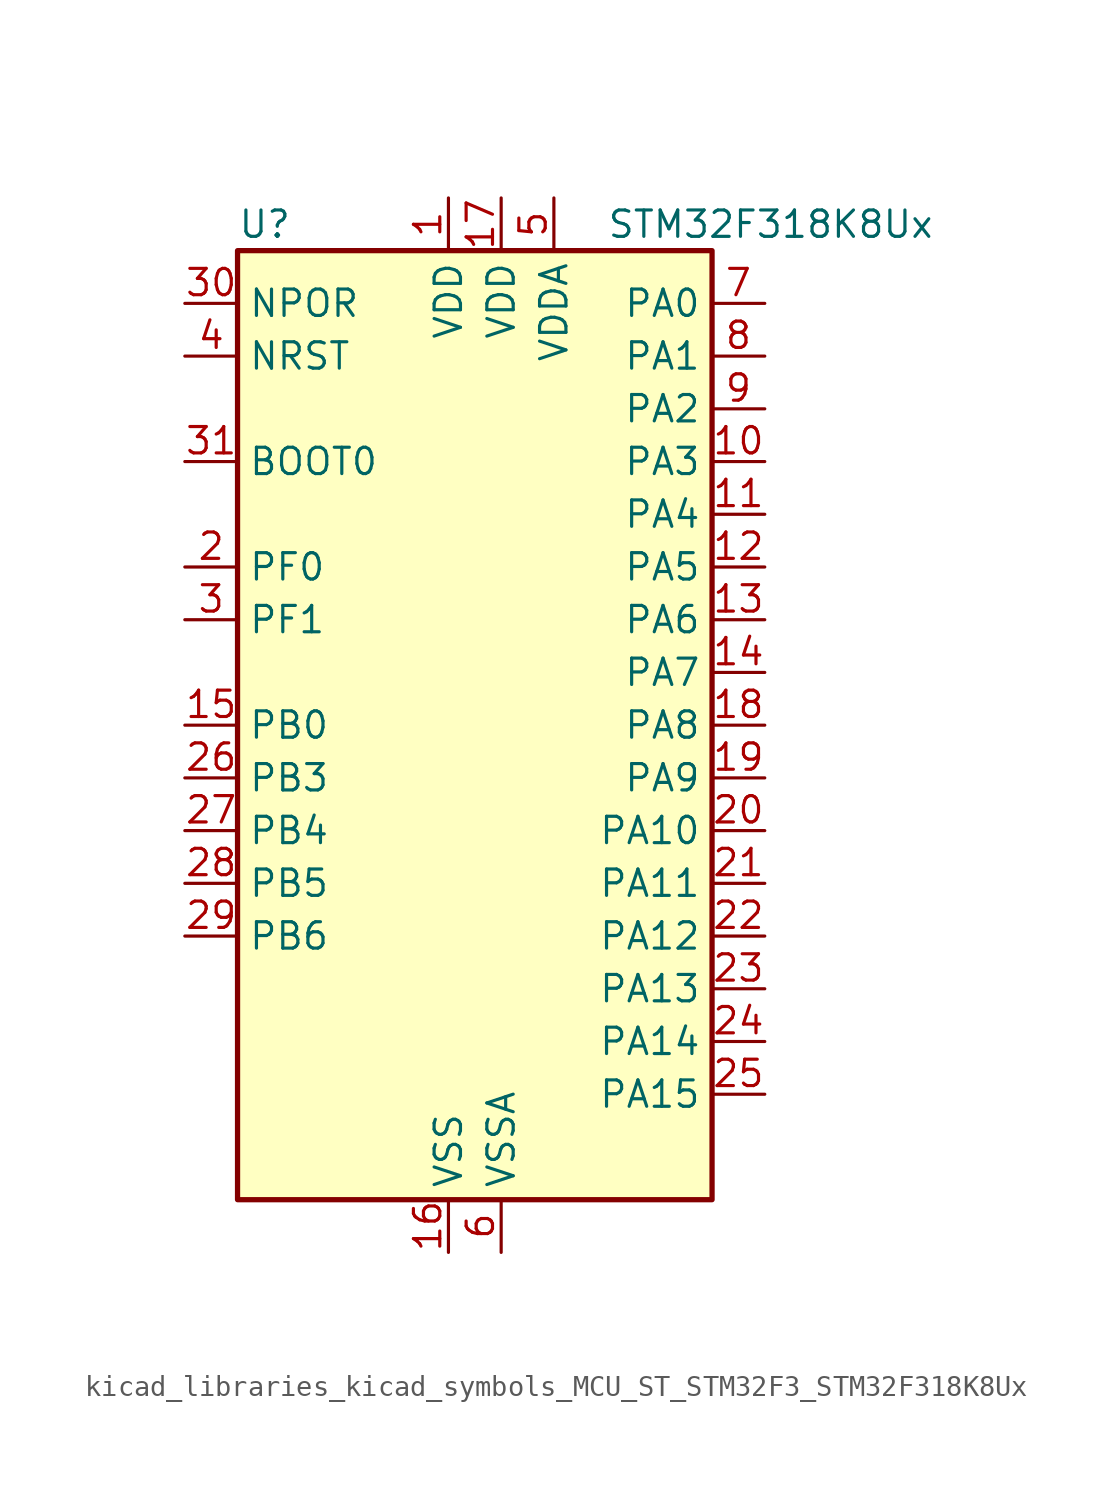
<source format=kicad_sym>
(kicad_symbol_lib
  (version 20220914)
  (generator kicad_symbol_editor)
  (symbol "kicad_libraries_kicad_symbols_MCU_ST_STM32F3_STM32F318K8Ux"
    (property "Reference" "U"
      (at -10.16 24.13 0)
      (effects (font (size 1.27 1.27)) (justify left)))
    (property "Value" "STM32F318K8Ux"
      (at 7.62 24.13 0)
      (effects (font (size 1.27 1.27)) (justify left)))
    (property "ki_locked" ""
      (at 0 0 0)
      (effects (font (size 1.27 1.27))))
    (symbol "kicad_libraries_kicad_symbols_MCU_ST_STM32F3_STM32F318K8Ux_0_1"
      (rectangle (start -10.16 -22.86) (end 12.7 22.86) (stroke (width 0.254) (type default)) (fill (type background))))
    (symbol "kicad_libraries_kicad_symbols_MCU_ST_STM32F3_STM32F318K8Ux_1_1"
      (pin power_in line (at 0 25.4 270) (length 2.54) (name "VDD" (effects (font (size 1.27 1.27)))) (number "1" (effects (font (size 1.27 1.27)))))
      (pin bidirectional line (at 15.24 12.7 180) (length 2.54) (name "PA3" (effects (font (size 1.27 1.27)))) (number "10" (effects (font (size 1.27 1.27)))) (alternate "ADC1_IN4" bidirectional line) (alternate "TIM15_CH2" bidirectional line) (alternate "TIM2_CH4" bidirectional line) (alternate "TSC_G1_IO4" bidirectional line) (alternate "USART2_RX" bidirectional line))
      (pin bidirectional line (at 15.24 10.16 180) (length 2.54) (name "PA4" (effects (font (size 1.27 1.27)))) (number "11" (effects (font (size 1.27 1.27)))) (alternate "ADC1_IN5" bidirectional line) (alternate "COMP2_INM" bidirectional line) (alternate "COMP4_INM" bidirectional line) (alternate "DAC_OUT1" bidirectional line) (alternate "I2S3_WS" bidirectional line) (alternate "SPI3_NSS" bidirectional line) (alternate "TSC_G2_IO1" bidirectional line) (alternate "USART2_CK" bidirectional line))
      (pin bidirectional line (at 15.24 7.62 180) (length 2.54) (name "PA5" (effects (font (size 1.27 1.27)))) (number "12" (effects (font (size 1.27 1.27)))) (alternate "OPAMP2_VINM" bidirectional line) (alternate "OPAMP2_VINM_SEC" bidirectional line) (alternate "TIM2_CH1" bidirectional line) (alternate "TIM2_ETR" bidirectional line) (alternate "TSC_G2_IO2" bidirectional line))
      (pin bidirectional line (at 15.24 5.08 180) (length 2.54) (name "PA6" (effects (font (size 1.27 1.27)))) (number "13" (effects (font (size 1.27 1.27)))) (alternate "ADC1_IN10" bidirectional line) (alternate "OPAMP2_VOUT" bidirectional line) (alternate "TIM16_CH1" bidirectional line) (alternate "TIM1_BKIN" bidirectional line) (alternate "TSC_G2_IO3" bidirectional line))
      (pin bidirectional line (at 15.24 2.54 180) (length 2.54) (name "PA7" (effects (font (size 1.27 1.27)))) (number "14" (effects (font (size 1.27 1.27)))) (alternate "ADC1_IN15" bidirectional line) (alternate "COMP2_INP" bidirectional line) (alternate "OPAMP2_VINP" bidirectional line) (alternate "OPAMP2_VINP_SEC" bidirectional line) (alternate "TIM17_CH1" bidirectional line) (alternate "TIM1_CH1N" bidirectional line) (alternate "TSC_G2_IO4" bidirectional line))
      (pin bidirectional line (at -12.7 0 0) (length 2.54) (name "PB0" (effects (font (size 1.27 1.27)))) (number "15" (effects (font (size 1.27 1.27)))) (alternate "ADC1_IN11" bidirectional line) (alternate "COMP4_INP" bidirectional line) (alternate "OPAMP2_VINP" bidirectional line) (alternate "OPAMP2_VINP_SEC" bidirectional line) (alternate "TIM1_CH2N" bidirectional line) (alternate "TSC_G3_IO2" bidirectional line))
      (pin power_in line (at 0 -25.4 90) (length 2.54) (name "VSS" (effects (font (size 1.27 1.27)))) (number "16" (effects (font (size 1.27 1.27)))))
      (pin power_in line (at 2.54 25.4 270) (length 2.54) (name "VDD" (effects (font (size 1.27 1.27)))) (number "17" (effects (font (size 1.27 1.27)))))
      (pin bidirectional line (at 15.24 0 180) (length 2.54) (name "PA8" (effects (font (size 1.27 1.27)))) (number "18" (effects (font (size 1.27 1.27)))) (alternate "I2C2_SMBA" bidirectional line) (alternate "I2C3_SCL" bidirectional line) (alternate "I2S2_MCK" bidirectional line) (alternate "RCC_MCO" bidirectional line) (alternate "TIM1_CH1" bidirectional line) (alternate "USART1_CK" bidirectional line))
      (pin bidirectional line (at 15.24 -2.54 180) (length 2.54) (name "PA9" (effects (font (size 1.27 1.27)))) (number "19" (effects (font (size 1.27 1.27)))) (alternate "DAC_EXTI9" bidirectional line) (alternate "I2C2_SCL" bidirectional line) (alternate "I2C3_SMBA" bidirectional line) (alternate "I2S3_MCK" bidirectional line) (alternate "TIM15_BKIN" bidirectional line) (alternate "TIM1_CH2" bidirectional line) (alternate "TIM2_CH3" bidirectional line) (alternate "TSC_G4_IO1" bidirectional line) (alternate "USART1_TX" bidirectional line))
      (pin bidirectional line (at -12.7 7.62 0) (length 2.54) (name "PF0" (effects (font (size 1.27 1.27)))) (number "2" (effects (font (size 1.27 1.27)))) (alternate "I2C2_SDA" bidirectional line) (alternate "I2S2_WS" bidirectional line) (alternate "RCC_OSC_IN" bidirectional line) (alternate "SPI2_NSS" bidirectional line) (alternate "TIM1_CH3N" bidirectional line))
      (pin bidirectional line (at 15.24 -5.08 180) (length 2.54) (name "PA10" (effects (font (size 1.27 1.27)))) (number "20" (effects (font (size 1.27 1.27)))) (alternate "I2C2_SDA" bidirectional line) (alternate "I2S2_ext_SD" bidirectional line) (alternate "SPI2_MISO" bidirectional line) (alternate "TIM17_BKIN" bidirectional line) (alternate "TIM1_CH3" bidirectional line) (alternate "TIM2_CH4" bidirectional line) (alternate "TSC_G4_IO2" bidirectional line) (alternate "USART1_RX" bidirectional line))
      (pin bidirectional line (at 15.24 -7.62 180) (length 2.54) (name "PA11" (effects (font (size 1.27 1.27)))) (number "21" (effects (font (size 1.27 1.27)))) (alternate "ADC1_EXTI11" bidirectional line) (alternate "I2S2_SD" bidirectional line) (alternate "SPI2_MOSI" bidirectional line) (alternate "TIM1_BKIN2" bidirectional line) (alternate "TIM1_CH1N" bidirectional line) (alternate "TIM1_CH4" bidirectional line) (alternate "USART1_CTS" bidirectional line))
      (pin bidirectional line (at 15.24 -10.16 180) (length 2.54) (name "PA12" (effects (font (size 1.27 1.27)))) (number "22" (effects (font (size 1.27 1.27)))) (alternate "COMP2_OUT" bidirectional line) (alternate "I2S_CKIN" bidirectional line) (alternate "TIM16_CH1" bidirectional line) (alternate "TIM1_CH2N" bidirectional line) (alternate "TIM1_ETR" bidirectional line) (alternate "USART1_DE" bidirectional line) (alternate "USART1_RTS" bidirectional line))
      (pin bidirectional line (at 15.24 -12.7 180) (length 2.54) (name "PA13" (effects (font (size 1.27 1.27)))) (number "23" (effects (font (size 1.27 1.27)))) (alternate "IR_OUT" bidirectional line) (alternate "SYS_JTMS-SWDIO" bidirectional line) (alternate "TIM16_CH1N" bidirectional line) (alternate "TSC_G4_IO3" bidirectional line))
      (pin bidirectional line (at 15.24 -15.24 180) (length 2.54) (name "PA14" (effects (font (size 1.27 1.27)))) (number "24" (effects (font (size 1.27 1.27)))) (alternate "I2C1_SDA" bidirectional line) (alternate "SYS_JTCK-SWCLK" bidirectional line) (alternate "TIM1_BKIN" bidirectional line) (alternate "TSC_G4_IO4" bidirectional line) (alternate "USART2_TX" bidirectional line))
      (pin bidirectional line (at 15.24 -17.78 180) (length 2.54) (name "PA15" (effects (font (size 1.27 1.27)))) (number "25" (effects (font (size 1.27 1.27)))) (alternate "ADC1_EXTI15" bidirectional line) (alternate "I2C1_SCL" bidirectional line) (alternate "I2S3_WS" bidirectional line) (alternate "SPI3_NSS" bidirectional line) (alternate "SYS_JTDI" bidirectional line) (alternate "TIM1_BKIN" bidirectional line) (alternate "TIM2_CH1" bidirectional line) (alternate "TIM2_ETR" bidirectional line) (alternate "TSC_SYNC" bidirectional line) (alternate "USART2_RX" bidirectional line))
      (pin bidirectional line (at -12.7 -2.54 0) (length 2.54) (name "PB3" (effects (font (size 1.27 1.27)))) (number "26" (effects (font (size 1.27 1.27)))) (alternate "I2S3_CK" bidirectional line) (alternate "SPI3_SCK" bidirectional line) (alternate "SYS_JTDO-TRACESWO" bidirectional line) (alternate "TIM2_CH2" bidirectional line) (alternate "TSC_G5_IO1" bidirectional line) (alternate "USART2_TX" bidirectional line))
      (pin bidirectional line (at -12.7 -5.08 0) (length 2.54) (name "PB4" (effects (font (size 1.27 1.27)))) (number "27" (effects (font (size 1.27 1.27)))) (alternate "I2S3_ext_SD" bidirectional line) (alternate "SPI3_MISO" bidirectional line) (alternate "SYS_NJTRST" bidirectional line) (alternate "TIM16_CH1" bidirectional line) (alternate "TIM17_BKIN" bidirectional line) (alternate "TSC_G5_IO2" bidirectional line) (alternate "USART2_RX" bidirectional line))
      (pin bidirectional line (at -12.7 -7.62 0) (length 2.54) (name "PB5" (effects (font (size 1.27 1.27)))) (number "28" (effects (font (size 1.27 1.27)))) (alternate "I2C1_SMBA" bidirectional line) (alternate "I2C3_SDA" bidirectional line) (alternate "I2S3_SD" bidirectional line) (alternate "SPI3_MOSI" bidirectional line) (alternate "TIM16_BKIN" bidirectional line) (alternate "TIM17_CH1" bidirectional line) (alternate "USART2_CK" bidirectional line))
      (pin bidirectional line (at -12.7 -10.16 0) (length 2.54) (name "PB6" (effects (font (size 1.27 1.27)))) (number "29" (effects (font (size 1.27 1.27)))) (alternate "I2C1_SCL" bidirectional line) (alternate "TIM16_CH1N" bidirectional line) (alternate "TSC_G5_IO3" bidirectional line) (alternate "USART1_TX" bidirectional line))
      (pin bidirectional line (at -12.7 5.08 0) (length 2.54) (name "PF1" (effects (font (size 1.27 1.27)))) (number "3" (effects (font (size 1.27 1.27)))) (alternate "I2C2_SCL" bidirectional line) (alternate "I2S2_CK" bidirectional line) (alternate "RCC_OSC_OUT" bidirectional line) (alternate "SPI2_SCK" bidirectional line))
      (pin input line (at -12.7 20.32 0) (length 2.54) (name "NPOR" (effects (font (size 1.27 1.27)))) (number "30" (effects (font (size 1.27 1.27)))))
      (pin input line (at -12.7 12.7 0) (length 2.54) (name "BOOT0" (effects (font (size 1.27 1.27)))) (number "31" (effects (font (size 1.27 1.27)))))
      (pin passive line (at 0 -25.4 90) (length 2.54) hide (name "VSS" (effects (font (size 1.27 1.27)))) (number "32" (effects (font (size 1.27 1.27)))))
      (pin passive line (at 0 -25.4 90) (length 2.54) hide (name "VSS" (effects (font (size 1.27 1.27)))) (number "33" (effects (font (size 1.27 1.27)))))
      (pin input line (at -12.7 17.78 0) (length 2.54) (name "NRST" (effects (font (size 1.27 1.27)))) (number "4" (effects (font (size 1.27 1.27)))))
      (pin power_in line (at 5.08 25.4 270) (length 2.54) (name "VDDA" (effects (font (size 1.27 1.27)))) (number "5" (effects (font (size 1.27 1.27)))))
      (pin power_in line (at 2.54 -25.4 90) (length 2.54) (name "VSSA" (effects (font (size 1.27 1.27)))) (number "6" (effects (font (size 1.27 1.27)))))
      (pin bidirectional line (at 15.24 20.32 180) (length 2.54) (name "PA0" (effects (font (size 1.27 1.27)))) (number "7" (effects (font (size 1.27 1.27)))) (alternate "ADC1_IN1" bidirectional line) (alternate "RTC_TAMP2" bidirectional line) (alternate "SYS_WKUP1" bidirectional line) (alternate "TIM2_CH1" bidirectional line) (alternate "TIM2_ETR" bidirectional line) (alternate "TSC_G1_IO1" bidirectional line) (alternate "USART2_CTS" bidirectional line))
      (pin bidirectional line (at 15.24 17.78 180) (length 2.54) (name "PA1" (effects (font (size 1.27 1.27)))) (number "8" (effects (font (size 1.27 1.27)))) (alternate "ADC1_IN2" bidirectional line) (alternate "RTC_REFIN" bidirectional line) (alternate "TIM15_CH1N" bidirectional line) (alternate "TIM2_CH2" bidirectional line) (alternate "TSC_G1_IO2" bidirectional line) (alternate "USART2_DE" bidirectional line) (alternate "USART2_RTS" bidirectional line))
      (pin bidirectional line (at 15.24 15.24 180) (length 2.54) (name "PA2" (effects (font (size 1.27 1.27)))) (number "9" (effects (font (size 1.27 1.27)))) (alternate "ADC1_IN3" bidirectional line) (alternate "COMP2_INM" bidirectional line) (alternate "COMP2_OUT" bidirectional line) (alternate "TIM15_CH1" bidirectional line) (alternate "TIM2_CH3" bidirectional line) (alternate "TSC_G1_IO3" bidirectional line) (alternate "USART2_TX" bidirectional line)))))
</source>
